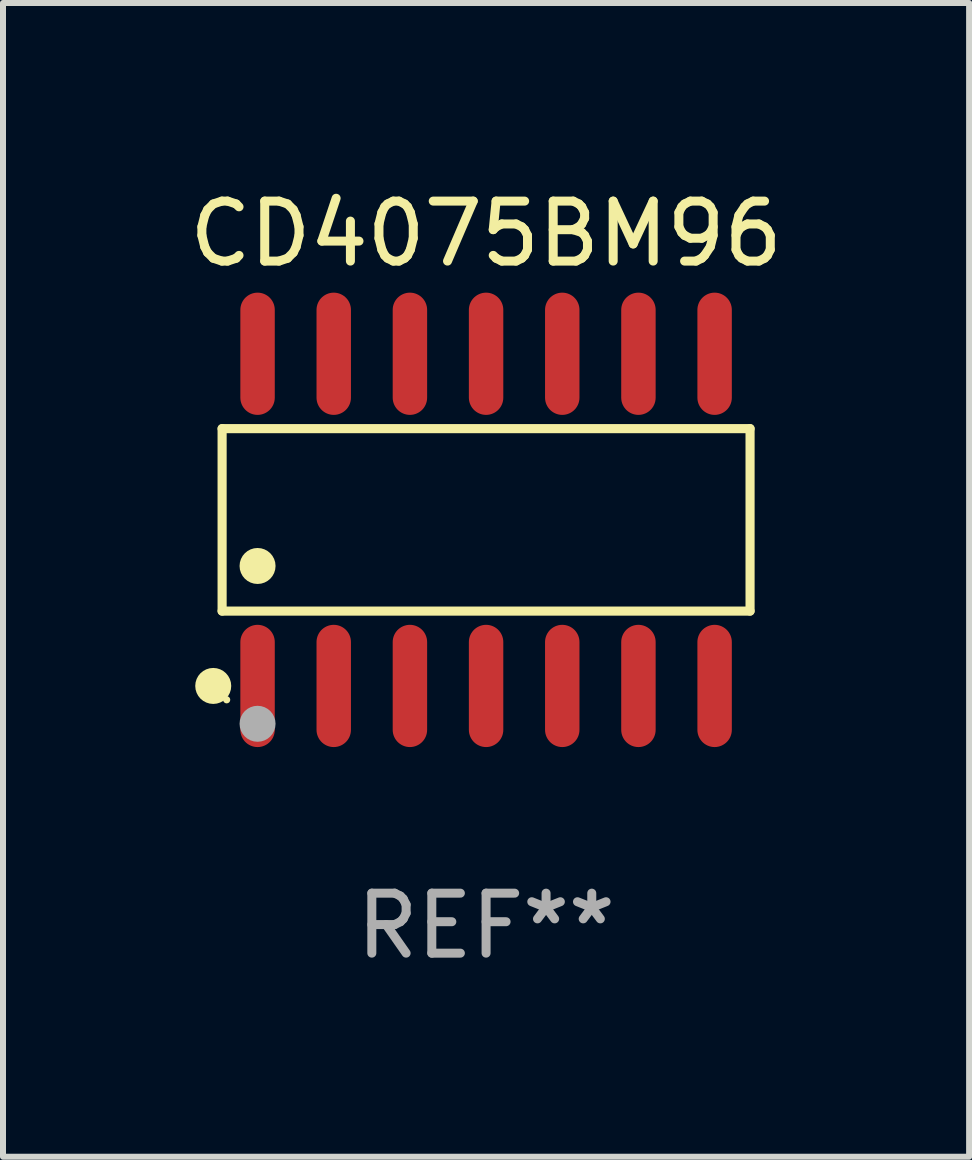
<source format=kicad_pcb>
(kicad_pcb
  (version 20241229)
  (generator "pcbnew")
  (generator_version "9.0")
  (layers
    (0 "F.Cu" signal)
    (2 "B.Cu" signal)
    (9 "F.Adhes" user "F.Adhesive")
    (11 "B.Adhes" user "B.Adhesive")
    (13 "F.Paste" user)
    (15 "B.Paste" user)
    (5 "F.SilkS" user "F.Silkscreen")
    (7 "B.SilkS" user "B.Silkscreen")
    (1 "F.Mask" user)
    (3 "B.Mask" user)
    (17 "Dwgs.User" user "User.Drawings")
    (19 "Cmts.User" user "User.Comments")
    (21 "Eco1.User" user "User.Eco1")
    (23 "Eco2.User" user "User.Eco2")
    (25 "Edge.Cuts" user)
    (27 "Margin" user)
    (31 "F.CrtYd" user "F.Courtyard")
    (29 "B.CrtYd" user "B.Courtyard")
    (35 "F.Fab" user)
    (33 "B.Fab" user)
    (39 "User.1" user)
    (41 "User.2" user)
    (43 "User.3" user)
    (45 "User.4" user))
  (footprint "CD4075BM96"
    (layer "F.Cu")
    (at 5.054 5.617)
    (property "Reference" "CD4075BM96" (at 0 -4.769 0) (layer "F.SilkS") (effects (font (size 1 1) (thickness 0.15))))
    (attr through_hole)
    (fp_line (start -4.401 -1.521) (end 4.401 -1.521) (stroke (width 0.152) (type solid)) (layer "F.SilkS"))
    (fp_line (start -4.401 1.521) (end -4.401 -1.521) (stroke (width 0.152) (type solid)) (layer "F.SilkS"))
    (fp_line (start 4.401 -1.521) (end 4.401 1.521) (stroke (width 0.152) (type solid)) (layer "F.SilkS"))
    (fp_line (start 4.401 1.521) (end -4.401 1.521) (stroke (width 0.152) (type solid)) (layer "F.SilkS"))
    (fp_circle (center -4.549 2.769) (end -4.399 2.769) (stroke (width 0.3) (type solid)) (fill no) (layer "F.SilkS"))
    (fp_circle (center -4.325 3) (end -4.295 3) (stroke (width 0.06) (type solid)) (fill no) (layer "F.SilkS"))
    (fp_circle (center -3.81 0.769) (end -3.66 0.769) (stroke (width 0.3) (type solid)) (fill no) (layer "F.SilkS"))
    (fp_circle (center -3.81 3.4) (end -3.66 3.4) (stroke (width 0.3) (type solid)) (fill no) (layer "F.Fab"))
    (fp_text user "REF**" (at 0 6.769 0) (layer "F.Fab") (effects (font (size 1 1) (thickness 0.15))))
    (pad "1" smd oval (at -3.81 2.769) (size 0.574 2.038) (layers "F.Cu" "F.Mask" "F.Paste"))
    (pad "2" smd oval (at -2.54 2.769) (size 0.574 2.038) (layers "F.Cu" "F.Mask" "F.Paste"))
    (pad "3" smd oval (at -1.27 2.769) (size 0.574 2.038) (layers "F.Cu" "F.Mask" "F.Paste"))
    (pad "4" smd oval (at 0 2.769) (size 0.574 2.038) (layers "F.Cu" "F.Mask" "F.Paste"))
    (pad "5" smd oval (at 1.27 2.769) (size 0.574 2.038) (layers "F.Cu" "F.Mask" "F.Paste"))
    (pad "6" smd oval (at 2.54 2.769) (size 0.574 2.038) (layers "F.Cu" "F.Mask" "F.Paste"))
    (pad "7" smd oval (at 3.81 2.769) (size 0.574 2.038) (layers "F.Cu" "F.Mask" "F.Paste"))
    (pad "8" smd oval (at 3.81 -2.769) (size 0.574 2.038) (layers "F.Cu" "F.Mask" "F.Paste"))
    (pad "9" smd oval (at 2.54 -2.769) (size 0.574 2.038) (layers "F.Cu" "F.Mask" "F.Paste"))
    (pad "10" smd oval (at 1.27 -2.769) (size 0.574 2.038) (layers "F.Cu" "F.Mask" "F.Paste"))
    (pad "11" smd oval (at 0 -2.769) (size 0.574 2.038) (layers "F.Cu" "F.Mask" "F.Paste"))
    (pad "12" smd oval (at -1.27 -2.769) (size 0.574 2.038) (layers "F.Cu" "F.Mask" "F.Paste"))
    (pad "13" smd oval (at -2.54 -2.769) (size 0.574 2.038) (layers "F.Cu" "F.Mask" "F.Paste"))
    (pad "14" smd oval (at -3.81 -2.769) (size 0.574 2.038) (layers "F.Cu" "F.Mask" "F.Paste")))
  (gr_rect
    (start -3 -3)
    (end 13.107 16.235)
    (stroke (width 0.1) (type default))
    (fill no)
    (layer "Edge.Cuts")))
</source>
